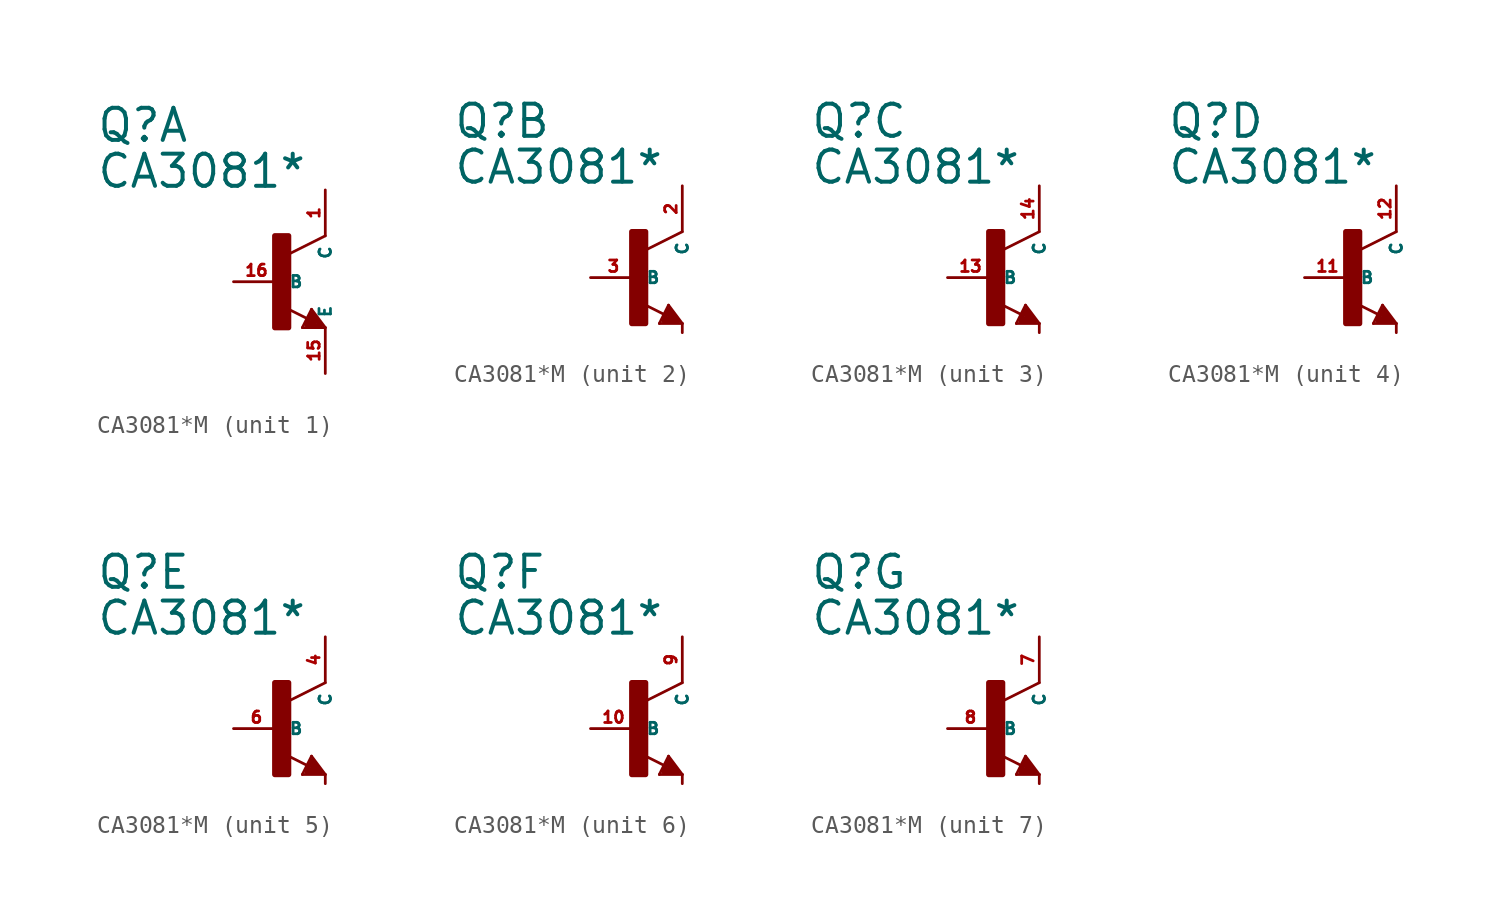
<source format=kicad_sym>
(kicad_symbol_lib
  (version 20220914)
  (generator Eagle2Kicad)
  (symbol "CA3081*M"
    (property "Reference" "Q"
      (at -10.16 7.62 0)
      (effects (font (size 1.778 1.778) (thickness 0.22)) (justify left bottom)))
    (property "Value" "CA3081*"
      (at -10.16 5.08 0)
      (effects (font (size 1.778 1.778) (thickness 0.22)) (justify left bottom)))
    (symbol "CA3081*M_1_0"
      (polyline (pts (xy 2.54 2.54) (xy 0.508 1.524)) (stroke (width 0.152) (type default)) (fill (type none)))
      (polyline (pts (xy 1.54 -2.04) (xy 0.308 -1.424)) (stroke (width 0.152) (type default)) (fill (type none)))
      (polyline (pts (xy 1.778 -1.524) (xy 2.54 -2.54)) (stroke (width 0.152) (type default)) (fill (type none)))
      (polyline (pts (xy 2.54 -2.54) (xy 1.27 -2.54)) (stroke (width 0.152) (type default)) (fill (type none)))
      (polyline (pts (xy 1.27 -2.54) (xy 1.778 -1.524)) (stroke (width 0.152) (type default)) (fill (type none)))
      (polyline (pts (xy 1.524 -2.413) (xy 2.286 -2.413)) (stroke (width 0.254) (type default)) (fill (type none)))
      (polyline (pts (xy 2.286 -2.413) (xy 1.778 -1.778)) (stroke (width 0.254) (type default)) (fill (type none)))
      (polyline (pts (xy 1.778 -1.778) (xy 1.524 -2.286)) (stroke (width 0.254) (type default)) (fill (type none)))
      (polyline (pts (xy 1.524 -2.286) (xy 1.905 -2.286)) (stroke (width 0.254) (type default)) (fill (type none)))
      (polyline (pts (xy 1.905 -2.286) (xy 1.778 -2.032)) (stroke (width 0.254) (type default)) (fill (type none)))
      (rectangle (start -0.254 -2.54) (end 0.508 2.54) (stroke (width 0.3) (type default)) (fill (type outline)))
      (pin passive line (at -2.54 0 0) (length 2.54) (name "B" (effects (font (size 0.635 0.635) (thickness 0.08)) (justify left bottom))) (number "16" (effects (font (size 0.635 0.635) (thickness 0.08)) (justify left bottom))))
      (pin passive line (at 2.54 -5.08 90) (length 2.54) (name "E" (effects (font (size 0.635 0.635) (thickness 0.08)) (justify left bottom))) (number "15" (effects (font (size 0.635 0.635) (thickness 0.08)) (justify left bottom))))
      (pin passive line (at 2.54 5.08 270) (length 2.54) (name "C" (effects (font (size 0.635 0.635) (thickness 0.08)) (justify left bottom))) (number "1" (effects (font (size 0.635 0.635) (thickness 0.08)) (justify left bottom)))))
    (symbol "CA3081*M_2_0"
      (polyline (pts (xy 2.54 2.54) (xy 0.508 1.524)) (stroke (width 0.152) (type default)) (fill (type none)))
      (polyline (pts (xy 1.54 -2.04) (xy 0.308 -1.424)) (stroke (width 0.152) (type default)) (fill (type none)))
      (polyline (pts (xy 2.54 -3.048) (xy 2.54 -2.54)) (stroke (width 0.152) (type default)) (fill (type none)))
      (polyline (pts (xy 1.778 -1.524) (xy 2.54 -2.54)) (stroke (width 0.152) (type default)) (fill (type none)))
      (polyline (pts (xy 2.54 -2.54) (xy 1.27 -2.54)) (stroke (width 0.152) (type default)) (fill (type none)))
      (polyline (pts (xy 1.27 -2.54) (xy 1.778 -1.524)) (stroke (width 0.152) (type default)) (fill (type none)))
      (polyline (pts (xy 1.524 -2.413) (xy 2.286 -2.413)) (stroke (width 0.254) (type default)) (fill (type none)))
      (polyline (pts (xy 2.286 -2.413) (xy 1.778 -1.778)) (stroke (width 0.254) (type default)) (fill (type none)))
      (polyline (pts (xy 1.778 -1.778) (xy 1.524 -2.286)) (stroke (width 0.254) (type default)) (fill (type none)))
      (polyline (pts (xy 1.524 -2.286) (xy 1.905 -2.286)) (stroke (width 0.254) (type default)) (fill (type none)))
      (polyline (pts (xy 1.905 -2.286) (xy 1.778 -2.032)) (stroke (width 0.254) (type default)) (fill (type none)))
      (rectangle (start -0.254 -2.54) (end 0.508 2.54) (stroke (width 0.3) (type default)) (fill (type outline)))
      (pin passive line (at -2.54 0 0) (length 2.54) (name "B" (effects (font (size 0.635 0.635) (thickness 0.08)) (justify left bottom))) (number "3" (effects (font (size 0.635 0.635) (thickness 0.08)) (justify left bottom))))
      (pin passive line (at 2.54 5.08 270) (length 2.54) (name "C" (effects (font (size 0.635 0.635) (thickness 0.08)) (justify left bottom))) (number "2" (effects (font (size 0.635 0.635) (thickness 0.08)) (justify left bottom)))))
    (symbol "CA3081*M_3_0"
      (polyline (pts (xy 2.54 2.54) (xy 0.508 1.524)) (stroke (width 0.152) (type default)) (fill (type none)))
      (polyline (pts (xy 1.54 -2.04) (xy 0.308 -1.424)) (stroke (width 0.152) (type default)) (fill (type none)))
      (polyline (pts (xy 2.54 -3.048) (xy 2.54 -2.54)) (stroke (width 0.152) (type default)) (fill (type none)))
      (polyline (pts (xy 1.778 -1.524) (xy 2.54 -2.54)) (stroke (width 0.152) (type default)) (fill (type none)))
      (polyline (pts (xy 2.54 -2.54) (xy 1.27 -2.54)) (stroke (width 0.152) (type default)) (fill (type none)))
      (polyline (pts (xy 1.27 -2.54) (xy 1.778 -1.524)) (stroke (width 0.152) (type default)) (fill (type none)))
      (polyline (pts (xy 1.524 -2.413) (xy 2.286 -2.413)) (stroke (width 0.254) (type default)) (fill (type none)))
      (polyline (pts (xy 2.286 -2.413) (xy 1.778 -1.778)) (stroke (width 0.254) (type default)) (fill (type none)))
      (polyline (pts (xy 1.778 -1.778) (xy 1.524 -2.286)) (stroke (width 0.254) (type default)) (fill (type none)))
      (polyline (pts (xy 1.524 -2.286) (xy 1.905 -2.286)) (stroke (width 0.254) (type default)) (fill (type none)))
      (polyline (pts (xy 1.905 -2.286) (xy 1.778 -2.032)) (stroke (width 0.254) (type default)) (fill (type none)))
      (rectangle (start -0.254 -2.54) (end 0.508 2.54) (stroke (width 0.3) (type default)) (fill (type outline)))
      (pin passive line (at -2.54 0 0) (length 2.54) (name "B" (effects (font (size 0.635 0.635) (thickness 0.08)) (justify left bottom))) (number "13" (effects (font (size 0.635 0.635) (thickness 0.08)) (justify left bottom))))
      (pin passive line (at 2.54 5.08 270) (length 2.54) (name "C" (effects (font (size 0.635 0.635) (thickness 0.08)) (justify left bottom))) (number "14" (effects (font (size 0.635 0.635) (thickness 0.08)) (justify left bottom)))))
    (symbol "CA3081*M_4_0"
      (polyline (pts (xy 2.54 2.54) (xy 0.508 1.524)) (stroke (width 0.152) (type default)) (fill (type none)))
      (polyline (pts (xy 1.54 -2.04) (xy 0.308 -1.424)) (stroke (width 0.152) (type default)) (fill (type none)))
      (polyline (pts (xy 2.54 -3.048) (xy 2.54 -2.54)) (stroke (width 0.152) (type default)) (fill (type none)))
      (polyline (pts (xy 1.778 -1.524) (xy 2.54 -2.54)) (stroke (width 0.152) (type default)) (fill (type none)))
      (polyline (pts (xy 2.54 -2.54) (xy 1.27 -2.54)) (stroke (width 0.152) (type default)) (fill (type none)))
      (polyline (pts (xy 1.27 -2.54) (xy 1.778 -1.524)) (stroke (width 0.152) (type default)) (fill (type none)))
      (polyline (pts (xy 1.524 -2.413) (xy 2.286 -2.413)) (stroke (width 0.254) (type default)) (fill (type none)))
      (polyline (pts (xy 2.286 -2.413) (xy 1.778 -1.778)) (stroke (width 0.254) (type default)) (fill (type none)))
      (polyline (pts (xy 1.778 -1.778) (xy 1.524 -2.286)) (stroke (width 0.254) (type default)) (fill (type none)))
      (polyline (pts (xy 1.524 -2.286) (xy 1.905 -2.286)) (stroke (width 0.254) (type default)) (fill (type none)))
      (polyline (pts (xy 1.905 -2.286) (xy 1.778 -2.032)) (stroke (width 0.254) (type default)) (fill (type none)))
      (rectangle (start -0.254 -2.54) (end 0.508 2.54) (stroke (width 0.3) (type default)) (fill (type outline)))
      (pin passive line (at -2.54 0 0) (length 2.54) (name "B" (effects (font (size 0.635 0.635) (thickness 0.08)) (justify left bottom))) (number "11" (effects (font (size 0.635 0.635) (thickness 0.08)) (justify left bottom))))
      (pin passive line (at 2.54 5.08 270) (length 2.54) (name "C" (effects (font (size 0.635 0.635) (thickness 0.08)) (justify left bottom))) (number "12" (effects (font (size 0.635 0.635) (thickness 0.08)) (justify left bottom)))))
    (symbol "CA3081*M_5_0"
      (polyline (pts (xy 2.54 2.54) (xy 0.508 1.524)) (stroke (width 0.152) (type default)) (fill (type none)))
      (polyline (pts (xy 1.54 -2.04) (xy 0.308 -1.424)) (stroke (width 0.152) (type default)) (fill (type none)))
      (polyline (pts (xy 2.54 -3.048) (xy 2.54 -2.54)) (stroke (width 0.152) (type default)) (fill (type none)))
      (polyline (pts (xy 1.778 -1.524) (xy 2.54 -2.54)) (stroke (width 0.152) (type default)) (fill (type none)))
      (polyline (pts (xy 2.54 -2.54) (xy 1.27 -2.54)) (stroke (width 0.152) (type default)) (fill (type none)))
      (polyline (pts (xy 1.27 -2.54) (xy 1.778 -1.524)) (stroke (width 0.152) (type default)) (fill (type none)))
      (polyline (pts (xy 1.524 -2.413) (xy 2.286 -2.413)) (stroke (width 0.254) (type default)) (fill (type none)))
      (polyline (pts (xy 2.286 -2.413) (xy 1.778 -1.778)) (stroke (width 0.254) (type default)) (fill (type none)))
      (polyline (pts (xy 1.778 -1.778) (xy 1.524 -2.286)) (stroke (width 0.254) (type default)) (fill (type none)))
      (polyline (pts (xy 1.524 -2.286) (xy 1.905 -2.286)) (stroke (width 0.254) (type default)) (fill (type none)))
      (polyline (pts (xy 1.905 -2.286) (xy 1.778 -2.032)) (stroke (width 0.254) (type default)) (fill (type none)))
      (rectangle (start -0.254 -2.54) (end 0.508 2.54) (stroke (width 0.3) (type default)) (fill (type outline)))
      (pin passive line (at -2.54 0 0) (length 2.54) (name "B" (effects (font (size 0.635 0.635) (thickness 0.08)) (justify left bottom))) (number "6" (effects (font (size 0.635 0.635) (thickness 0.08)) (justify left bottom))))
      (pin passive line (at 2.54 5.08 270) (length 2.54) (name "C" (effects (font (size 0.635 0.635) (thickness 0.08)) (justify left bottom))) (number "4" (effects (font (size 0.635 0.635) (thickness 0.08)) (justify left bottom)))))
    (symbol "CA3081*M_6_0"
      (polyline (pts (xy 2.54 2.54) (xy 0.508 1.524)) (stroke (width 0.152) (type default)) (fill (type none)))
      (polyline (pts (xy 1.54 -2.04) (xy 0.308 -1.424)) (stroke (width 0.152) (type default)) (fill (type none)))
      (polyline (pts (xy 2.54 -3.048) (xy 2.54 -2.54)) (stroke (width 0.152) (type default)) (fill (type none)))
      (polyline (pts (xy 1.778 -1.524) (xy 2.54 -2.54)) (stroke (width 0.152) (type default)) (fill (type none)))
      (polyline (pts (xy 2.54 -2.54) (xy 1.27 -2.54)) (stroke (width 0.152) (type default)) (fill (type none)))
      (polyline (pts (xy 1.27 -2.54) (xy 1.778 -1.524)) (stroke (width 0.152) (type default)) (fill (type none)))
      (polyline (pts (xy 1.524 -2.413) (xy 2.286 -2.413)) (stroke (width 0.254) (type default)) (fill (type none)))
      (polyline (pts (xy 2.286 -2.413) (xy 1.778 -1.778)) (stroke (width 0.254) (type default)) (fill (type none)))
      (polyline (pts (xy 1.778 -1.778) (xy 1.524 -2.286)) (stroke (width 0.254) (type default)) (fill (type none)))
      (polyline (pts (xy 1.524 -2.286) (xy 1.905 -2.286)) (stroke (width 0.254) (type default)) (fill (type none)))
      (polyline (pts (xy 1.905 -2.286) (xy 1.778 -2.032)) (stroke (width 0.254) (type default)) (fill (type none)))
      (rectangle (start -0.254 -2.54) (end 0.508 2.54) (stroke (width 0.3) (type default)) (fill (type outline)))
      (pin passive line (at -2.54 0 0) (length 2.54) (name "B" (effects (font (size 0.635 0.635) (thickness 0.08)) (justify left bottom))) (number "10" (effects (font (size 0.635 0.635) (thickness 0.08)) (justify left bottom))))
      (pin passive line (at 2.54 5.08 270) (length 2.54) (name "C" (effects (font (size 0.635 0.635) (thickness 0.08)) (justify left bottom))) (number "9" (effects (font (size 0.635 0.635) (thickness 0.08)) (justify left bottom)))))
    (symbol "CA3081*M_7_0"
      (polyline (pts (xy 2.54 2.54) (xy 0.508 1.524)) (stroke (width 0.152) (type default)) (fill (type none)))
      (polyline (pts (xy 1.54 -2.04) (xy 0.308 -1.424)) (stroke (width 0.152) (type default)) (fill (type none)))
      (polyline (pts (xy 2.54 -3.048) (xy 2.54 -2.54)) (stroke (width 0.152) (type default)) (fill (type none)))
      (polyline (pts (xy 1.778 -1.524) (xy 2.54 -2.54)) (stroke (width 0.152) (type default)) (fill (type none)))
      (polyline (pts (xy 2.54 -2.54) (xy 1.27 -2.54)) (stroke (width 0.152) (type default)) (fill (type none)))
      (polyline (pts (xy 1.27 -2.54) (xy 1.778 -1.524)) (stroke (width 0.152) (type default)) (fill (type none)))
      (polyline (pts (xy 1.524 -2.413) (xy 2.286 -2.413)) (stroke (width 0.254) (type default)) (fill (type none)))
      (polyline (pts (xy 2.286 -2.413) (xy 1.778 -1.778)) (stroke (width 0.254) (type default)) (fill (type none)))
      (polyline (pts (xy 1.778 -1.778) (xy 1.524 -2.286)) (stroke (width 0.254) (type default)) (fill (type none)))
      (polyline (pts (xy 1.524 -2.286) (xy 1.905 -2.286)) (stroke (width 0.254) (type default)) (fill (type none)))
      (polyline (pts (xy 1.905 -2.286) (xy 1.778 -2.032)) (stroke (width 0.254) (type default)) (fill (type none)))
      (rectangle (start -0.254 -2.54) (end 0.508 2.54) (stroke (width 0.3) (type default)) (fill (type outline)))
      (pin passive line (at -2.54 0 0) (length 2.54) (name "B" (effects (font (size 0.635 0.635) (thickness 0.08)) (justify left bottom))) (number "8" (effects (font (size 0.635 0.635) (thickness 0.08)) (justify left bottom))))
      (pin passive line (at 2.54 5.08 270) (length 2.54) (name "C" (effects (font (size 0.635 0.635) (thickness 0.08)) (justify left bottom))) (number "7" (effects (font (size 0.635 0.635) (thickness 0.08)) (justify left bottom)))))))
</source>
